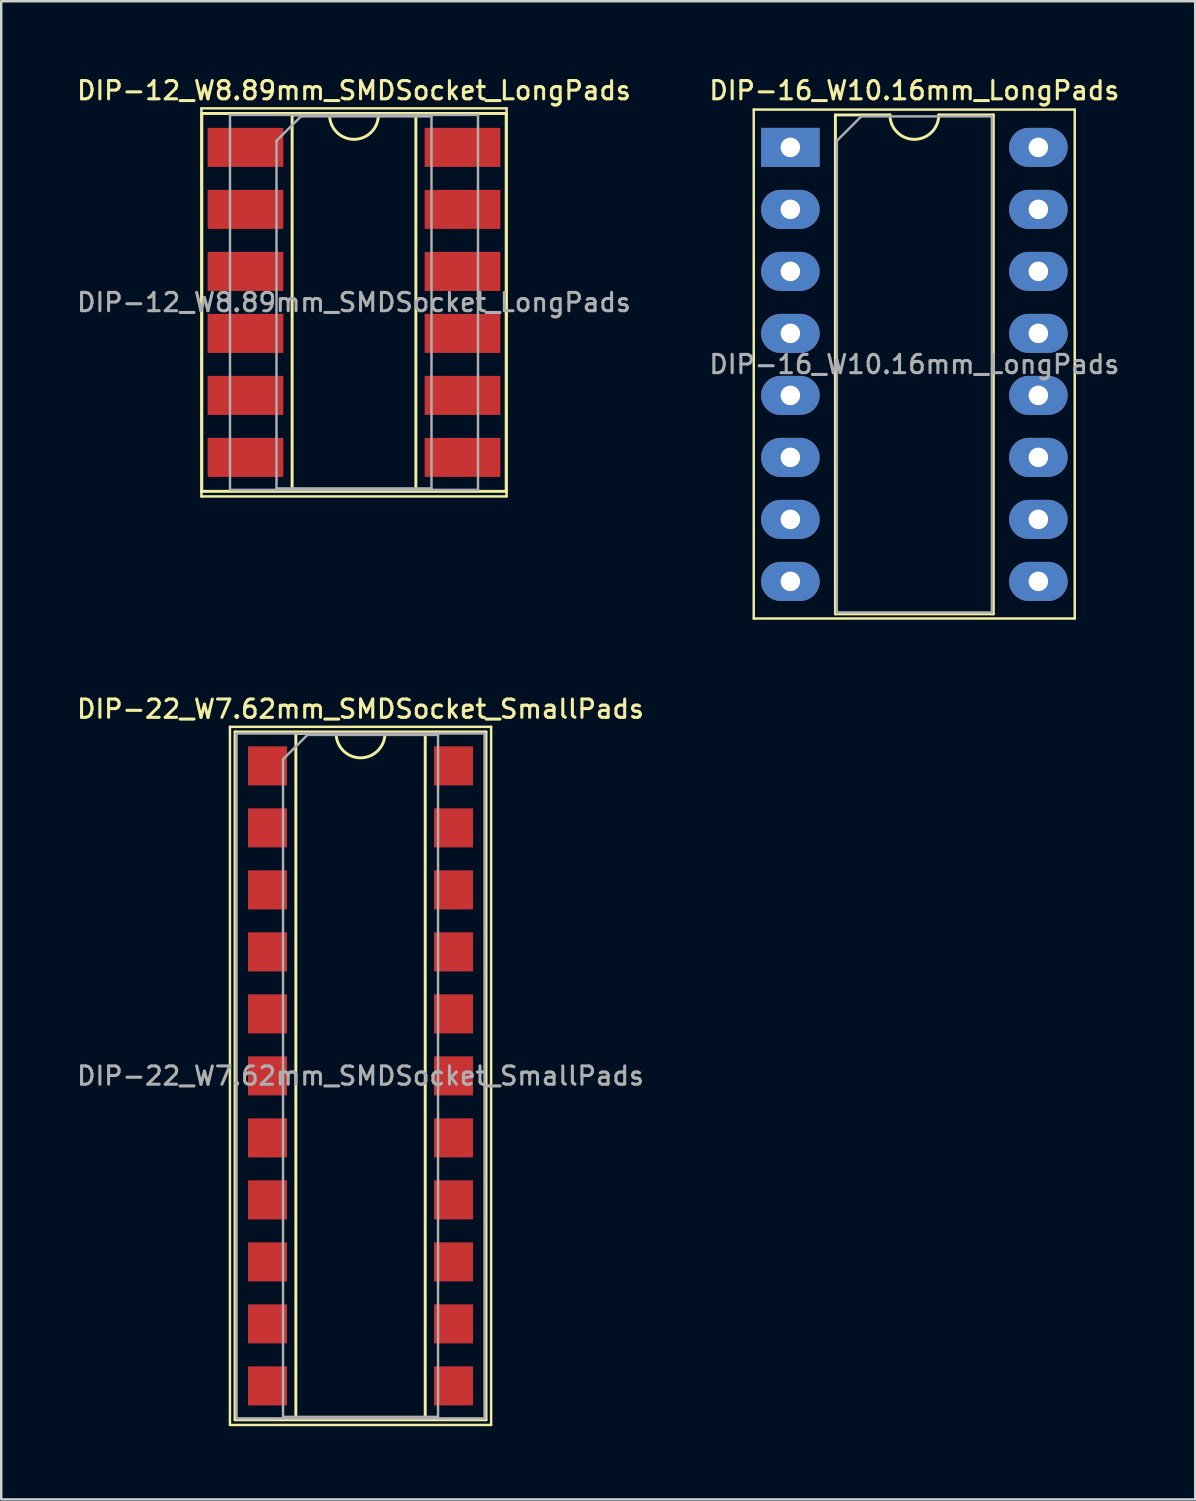
<source format=kicad_pcb>
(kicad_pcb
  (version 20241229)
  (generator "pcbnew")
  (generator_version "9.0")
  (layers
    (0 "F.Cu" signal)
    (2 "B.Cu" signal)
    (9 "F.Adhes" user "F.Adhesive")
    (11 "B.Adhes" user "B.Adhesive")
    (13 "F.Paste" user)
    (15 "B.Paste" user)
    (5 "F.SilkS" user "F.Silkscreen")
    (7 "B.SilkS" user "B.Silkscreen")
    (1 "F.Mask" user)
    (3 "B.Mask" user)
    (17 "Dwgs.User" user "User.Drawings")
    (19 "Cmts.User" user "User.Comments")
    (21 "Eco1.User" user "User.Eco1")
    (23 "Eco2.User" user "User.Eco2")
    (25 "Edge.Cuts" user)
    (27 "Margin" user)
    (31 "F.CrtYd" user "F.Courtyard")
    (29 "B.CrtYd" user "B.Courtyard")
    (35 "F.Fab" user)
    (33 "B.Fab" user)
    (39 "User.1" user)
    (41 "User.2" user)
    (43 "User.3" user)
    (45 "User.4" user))
  (footprint "DIP-12_W8.89mm_SMDSocket_LongPads"
    (layer "F.Cu")
    (at 11.452 9.338)
    (property "Reference" "DIP-12_W8.89mm_SMDSocket_LongPads" (at 0 -8.68 0) (layer "F.SilkS") (effects (font (size 0.75 0.75) (thickness 0.125))))
    (attr smd)
    (fp_line (start -6.25 -7.95) (end -6.25 7.95) (stroke (width 0.1) (type solid)) (layer "F.SilkS"))
    (fp_line (start -6.25 7.95) (end 6.25 7.95) (stroke (width 0.1) (type solid)) (layer "F.SilkS"))
    (fp_line (start -6.235 -7.74) (end -6.235 7.74) (stroke (width 0.12) (type solid)) (layer "F.SilkS"))
    (fp_line (start -6.235 7.74) (end 6.235 7.74) (stroke (width 0.12) (type solid)) (layer "F.SilkS"))
    (fp_line (start -2.535 -7.68) (end -2.535 7.68) (stroke (width 0.12) (type solid)) (layer "F.SilkS"))
    (fp_line (start -2.535 7.68) (end 2.535 7.68) (stroke (width 0.12) (type solid)) (layer "F.SilkS"))
    (fp_line (start -1 -7.68) (end -2.535 -7.68) (stroke (width 0.12) (type solid)) (layer "F.SilkS"))
    (fp_line (start 2.535 -7.68) (end 1 -7.68) (stroke (width 0.12) (type solid)) (layer "F.SilkS"))
    (fp_line (start 2.535 7.68) (end 2.535 -7.68) (stroke (width 0.12) (type solid)) (layer "F.SilkS"))
    (fp_line (start 6.235 -7.74) (end -6.235 -7.74) (stroke (width 0.12) (type solid)) (layer "F.SilkS"))
    (fp_line (start 6.235 7.74) (end 6.235 -7.74) (stroke (width 0.12) (type solid)) (layer "F.SilkS"))
    (fp_line (start 6.25 -7.95) (end -6.25 -7.95) (stroke (width 0.1) (type solid)) (layer "F.SilkS"))
    (fp_line (start 6.25 7.95) (end 6.25 -7.95) (stroke (width 0.1) (type solid)) (layer "F.SilkS"))
    (fp_arc (start 1 -7.68) (mid 0 -6.68) (end -1 -7.68) (stroke (width 0.12) (type solid)) (layer "F.SilkS"))
    (fp_line (start -5.08 -7.68) (end -5.08 7.68) (stroke (width 0.1) (type solid)) (layer "F.Fab"))
    (fp_line (start -5.08 7.68) (end 5.08 7.68) (stroke (width 0.1) (type solid)) (layer "F.Fab"))
    (fp_line (start -3.175 -6.62) (end -2.175 -7.62) (stroke (width 0.1) (type solid)) (layer "F.Fab"))
    (fp_line (start -3.175 7.62) (end -3.175 -6.62) (stroke (width 0.1) (type solid)) (layer "F.Fab"))
    (fp_line (start -2.175 -7.62) (end 3.175 -7.62) (stroke (width 0.1) (type solid)) (layer "F.Fab"))
    (fp_line (start 3.175 -7.62) (end 3.175 7.62) (stroke (width 0.1) (type solid)) (layer "F.Fab"))
    (fp_line (start 3.175 7.62) (end -3.175 7.62) (stroke (width 0.1) (type solid)) (layer "F.Fab"))
    (fp_line (start 5.08 -7.68) (end -5.08 -7.68) (stroke (width 0.1) (type solid)) (layer "F.Fab"))
    (fp_line (start 5.08 7.68) (end 5.08 -7.68) (stroke (width 0.1) (type solid)) (layer "F.Fab"))
    (fp_text user "${REFERENCE}" (at 0 0 0) (layer "F.Fab") (effects (font (size 0.75 0.75) (thickness 0.125))))
    (pad "1" smd rect (at -4.445 -6.35) (size 3.1 1.6) (layers "F.Cu" "F.Mask" "F.Paste"))
    (pad "2" smd rect (at -4.445 -3.81) (size 3.1 1.6) (layers "F.Cu" "F.Mask" "F.Paste"))
    (pad "3" smd rect (at -4.445 -1.27) (size 3.1 1.6) (layers "F.Cu" "F.Mask" "F.Paste"))
    (pad "4" smd rect (at -4.445 1.27) (size 3.1 1.6) (layers "F.Cu" "F.Mask" "F.Paste"))
    (pad "5" smd rect (at -4.445 3.81) (size 3.1 1.6) (layers "F.Cu" "F.Mask" "F.Paste"))
    (pad "6" smd rect (at -4.445 6.35) (size 3.1 1.6) (layers "F.Cu" "F.Mask" "F.Paste"))
    (pad "7" smd rect (at 4.445 6.35) (size 3.1 1.6) (layers "F.Cu" "F.Mask" "F.Paste"))
    (pad "8" smd rect (at 4.445 3.81) (size 3.1 1.6) (layers "F.Cu" "F.Mask" "F.Paste"))
    (pad "9" smd rect (at 4.445 1.27) (size 3.1 1.6) (layers "F.Cu" "F.Mask" "F.Paste"))
    (pad "10" smd rect (at 4.445 -1.27) (size 3.1 1.6) (layers "F.Cu" "F.Mask" "F.Paste"))
    (pad "11" smd rect (at 4.445 -3.81) (size 3.1 1.6) (layers "F.Cu" "F.Mask" "F.Paste"))
    (pad "12" smd rect (at 4.445 -6.35) (size 3.1 1.6) (layers "F.Cu" "F.Mask" "F.Paste")))
  (footprint "DIP-16_W10.16mm_LongPads"
    (layer "F.Cu")
    (at 29.329 2.988)
    (property "Reference" "DIP-16_W10.16mm_LongPads" (at 5.08 -2.33 0) (layer "F.SilkS") (effects (font (size 0.75 0.75) (thickness 0.125))))
    (attr through_hole)
    (fp_line (start -1.5 -1.55) (end -1.5 19.3) (stroke (width 0.1) (type solid)) (layer "F.SilkS"))
    (fp_line (start -1.5 19.3) (end 11.65 19.3) (stroke (width 0.1) (type solid)) (layer "F.SilkS"))
    (fp_line (start 1.845 -1.33) (end 1.845 19.11) (stroke (width 0.12) (type solid)) (layer "F.SilkS"))
    (fp_line (start 1.845 19.11) (end 8.315 19.11) (stroke (width 0.12) (type solid)) (layer "F.SilkS"))
    (fp_line (start 4.08 -1.33) (end 1.845 -1.33) (stroke (width 0.12) (type solid)) (layer "F.SilkS"))
    (fp_line (start 8.315 -1.33) (end 6.08 -1.33) (stroke (width 0.12) (type solid)) (layer "F.SilkS"))
    (fp_line (start 8.315 19.11) (end 8.315 -1.33) (stroke (width 0.12) (type solid)) (layer "F.SilkS"))
    (fp_line (start 11.65 -1.55) (end -1.5 -1.55) (stroke (width 0.1) (type solid)) (layer "F.SilkS"))
    (fp_line (start 11.65 19.3) (end 11.65 -1.55) (stroke (width 0.1) (type solid)) (layer "F.SilkS"))
    (fp_arc (start 6.08 -1.33) (mid 5.08 -0.33) (end 4.08 -1.33) (stroke (width 0.12) (type solid)) (layer "F.SilkS"))
    (fp_line (start 1.905 -0.27) (end 2.905 -1.27) (stroke (width 0.1) (type solid)) (layer "F.Fab"))
    (fp_line (start 1.905 19.05) (end 1.905 -0.27) (stroke (width 0.1) (type solid)) (layer "F.Fab"))
    (fp_line (start 2.905 -1.27) (end 8.255 -1.27) (stroke (width 0.1) (type solid)) (layer "F.Fab"))
    (fp_line (start 8.255 -1.27) (end 8.255 19.05) (stroke (width 0.1) (type solid)) (layer "F.Fab"))
    (fp_line (start 8.255 19.05) (end 1.905 19.05) (stroke (width 0.1) (type solid)) (layer "F.Fab"))
    (fp_text user "${REFERENCE}" (at 5.08 8.89 0) (layer "F.Fab") (effects (font (size 0.75 0.75) (thickness 0.125))))
    (pad "1" thru_hole rect (at 0 0) (size 2.4 1.6) (drill 0.8) (layers "*.Cu" "*.Mask"))
    (pad "2" thru_hole oval (at 0 2.54) (size 2.4 1.6) (drill 0.8) (layers "*.Cu" "*.Mask"))
    (pad "3" thru_hole oval (at 0 5.08) (size 2.4 1.6) (drill 0.8) (layers "*.Cu" "*.Mask"))
    (pad "4" thru_hole oval (at 0 7.62) (size 2.4 1.6) (drill 0.8) (layers "*.Cu" "*.Mask"))
    (pad "5" thru_hole oval (at 0 10.16) (size 2.4 1.6) (drill 0.8) (layers "*.Cu" "*.Mask"))
    (pad "6" thru_hole oval (at 0 12.7) (size 2.4 1.6) (drill 0.8) (layers "*.Cu" "*.Mask"))
    (pad "7" thru_hole oval (at 0 15.24) (size 2.4 1.6) (drill 0.8) (layers "*.Cu" "*.Mask"))
    (pad "8" thru_hole oval (at 0 17.78) (size 2.4 1.6) (drill 0.8) (layers "*.Cu" "*.Mask"))
    (pad "9" thru_hole oval (at 10.16 17.78) (size 2.4 1.6) (drill 0.8) (layers "*.Cu" "*.Mask"))
    (pad "10" thru_hole oval (at 10.16 15.24) (size 2.4 1.6) (drill 0.8) (layers "*.Cu" "*.Mask"))
    (pad "11" thru_hole oval (at 10.16 12.7) (size 2.4 1.6) (drill 0.8) (layers "*.Cu" "*.Mask"))
    (pad "12" thru_hole oval (at 10.16 10.16) (size 2.4 1.6) (drill 0.8) (layers "*.Cu" "*.Mask"))
    (pad "13" thru_hole oval (at 10.16 7.62) (size 2.4 1.6) (drill 0.8) (layers "*.Cu" "*.Mask"))
    (pad "14" thru_hole oval (at 10.16 5.08) (size 2.4 1.6) (drill 0.8) (layers "*.Cu" "*.Mask"))
    (pad "15" thru_hole oval (at 10.16 2.54) (size 2.4 1.6) (drill 0.8) (layers "*.Cu" "*.Mask"))
    (pad "16" thru_hole oval (at 10.16 0) (size 2.4 1.6) (drill 0.8) (layers "*.Cu" "*.Mask")))
  (footprint "DIP-22_W7.62mm_SMDSocket_SmallPads"
    (layer "F.Cu")
    (at 11.72 41.026)
    (property "Reference" "DIP-22_W7.62mm_SMDSocket_SmallPads" (at 0 -15.03 0) (layer "F.SilkS") (effects (font (size 0.75 0.75) (thickness 0.125))))
    (attr smd)
    (fp_line (start -5.35 -14.3) (end -5.35 14.3) (stroke (width 0.1) (type solid)) (layer "F.SilkS"))
    (fp_line (start -5.35 14.3) (end 5.35 14.3) (stroke (width 0.1) (type solid)) (layer "F.SilkS"))
    (fp_line (start -5.14 -14.09) (end -5.14 14.09) (stroke (width 0.12) (type solid)) (layer "F.SilkS"))
    (fp_line (start -5.14 14.09) (end 5.14 14.09) (stroke (width 0.12) (type solid)) (layer "F.SilkS"))
    (fp_line (start -2.65 -14.03) (end -2.65 14.03) (stroke (width 0.12) (type solid)) (layer "F.SilkS"))
    (fp_line (start -2.65 14.03) (end 2.65 14.03) (stroke (width 0.12) (type solid)) (layer "F.SilkS"))
    (fp_line (start -1 -14.03) (end -2.65 -14.03) (stroke (width 0.12) (type solid)) (layer "F.SilkS"))
    (fp_line (start 2.65 -14.03) (end 1 -14.03) (stroke (width 0.12) (type solid)) (layer "F.SilkS"))
    (fp_line (start 2.65 14.03) (end 2.65 -14.03) (stroke (width 0.12) (type solid)) (layer "F.SilkS"))
    (fp_line (start 5.14 -14.09) (end -5.14 -14.09) (stroke (width 0.12) (type solid)) (layer "F.SilkS"))
    (fp_line (start 5.14 14.09) (end 5.14 -14.09) (stroke (width 0.12) (type solid)) (layer "F.SilkS"))
    (fp_line (start 5.35 -14.3) (end -5.35 -14.3) (stroke (width 0.1) (type solid)) (layer "F.SilkS"))
    (fp_line (start 5.35 14.3) (end 5.35 -14.3) (stroke (width 0.1) (type solid)) (layer "F.SilkS"))
    (fp_arc (start 1 -14.03) (mid 0 -13.03) (end -1 -14.03) (stroke (width 0.12) (type solid)) (layer "F.SilkS"))
    (fp_line (start -5.08 -14.03) (end -5.08 14.03) (stroke (width 0.1) (type solid)) (layer "F.Fab"))
    (fp_line (start -5.08 14.03) (end 5.08 14.03) (stroke (width 0.1) (type solid)) (layer "F.Fab"))
    (fp_line (start -3.175 -12.97) (end -2.175 -13.97) (stroke (width 0.1) (type solid)) (layer "F.Fab"))
    (fp_line (start -3.175 13.97) (end -3.175 -12.97) (stroke (width 0.1) (type solid)) (layer "F.Fab"))
    (fp_line (start -2.175 -13.97) (end 3.175 -13.97) (stroke (width 0.1) (type solid)) (layer "F.Fab"))
    (fp_line (start 3.175 -13.97) (end 3.175 13.97) (stroke (width 0.1) (type solid)) (layer "F.Fab"))
    (fp_line (start 3.175 13.97) (end -3.175 13.97) (stroke (width 0.1) (type solid)) (layer "F.Fab"))
    (fp_line (start 5.08 -14.03) (end -5.08 -14.03) (stroke (width 0.1) (type solid)) (layer "F.Fab"))
    (fp_line (start 5.08 14.03) (end 5.08 -14.03) (stroke (width 0.1) (type solid)) (layer "F.Fab"))
    (fp_text user "${REFERENCE}" (at 0 0 0) (layer "F.Fab") (effects (font (size 0.75 0.75) (thickness 0.125))))
    (pad "1" smd rect (at -3.81 -12.7) (size 1.6 1.6) (layers "F.Cu" "F.Mask" "F.Paste"))
    (pad "2" smd rect (at -3.81 -10.16) (size 1.6 1.6) (layers "F.Cu" "F.Mask" "F.Paste"))
    (pad "3" smd rect (at -3.81 -7.62) (size 1.6 1.6) (layers "F.Cu" "F.Mask" "F.Paste"))
    (pad "4" smd rect (at -3.81 -5.08) (size 1.6 1.6) (layers "F.Cu" "F.Mask" "F.Paste"))
    (pad "5" smd rect (at -3.81 -2.54) (size 1.6 1.6) (layers "F.Cu" "F.Mask" "F.Paste"))
    (pad "6" smd rect (at -3.81 0) (size 1.6 1.6) (layers "F.Cu" "F.Mask" "F.Paste"))
    (pad "7" smd rect (at -3.81 2.54) (size 1.6 1.6) (layers "F.Cu" "F.Mask" "F.Paste"))
    (pad "8" smd rect (at -3.81 5.08) (size 1.6 1.6) (layers "F.Cu" "F.Mask" "F.Paste"))
    (pad "9" smd rect (at -3.81 7.62) (size 1.6 1.6) (layers "F.Cu" "F.Mask" "F.Paste"))
    (pad "10" smd rect (at -3.81 10.16) (size 1.6 1.6) (layers "F.Cu" "F.Mask" "F.Paste"))
    (pad "11" smd rect (at -3.81 12.7) (size 1.6 1.6) (layers "F.Cu" "F.Mask" "F.Paste"))
    (pad "12" smd rect (at 3.81 12.7) (size 1.6 1.6) (layers "F.Cu" "F.Mask" "F.Paste"))
    (pad "13" smd rect (at 3.81 10.16) (size 1.6 1.6) (layers "F.Cu" "F.Mask" "F.Paste"))
    (pad "14" smd rect (at 3.81 7.62) (size 1.6 1.6) (layers "F.Cu" "F.Mask" "F.Paste"))
    (pad "15" smd rect (at 3.81 5.08) (size 1.6 1.6) (layers "F.Cu" "F.Mask" "F.Paste"))
    (pad "16" smd rect (at 3.81 2.54) (size 1.6 1.6) (layers "F.Cu" "F.Mask" "F.Paste"))
    (pad "17" smd rect (at 3.81 0) (size 1.6 1.6) (layers "F.Cu" "F.Mask" "F.Paste"))
    (pad "18" smd rect (at 3.81 -2.54) (size 1.6 1.6) (layers "F.Cu" "F.Mask" "F.Paste"))
    (pad "19" smd rect (at 3.81 -5.08) (size 1.6 1.6) (layers "F.Cu" "F.Mask" "F.Paste"))
    (pad "20" smd rect (at 3.81 -7.62) (size 1.6 1.6) (layers "F.Cu" "F.Mask" "F.Paste"))
    (pad "21" smd rect (at 3.81 -10.16) (size 1.6 1.6) (layers "F.Cu" "F.Mask" "F.Paste"))
    (pad "22" smd rect (at 3.81 -12.7) (size 1.6 1.6) (layers "F.Cu" "F.Mask" "F.Paste")))
  (gr_rect
    (start -3 -3)
    (end 45.914 58.376)
    (stroke (width 0.1) (type default))
    (fill no)
    (layer "Edge.Cuts")))
</source>
